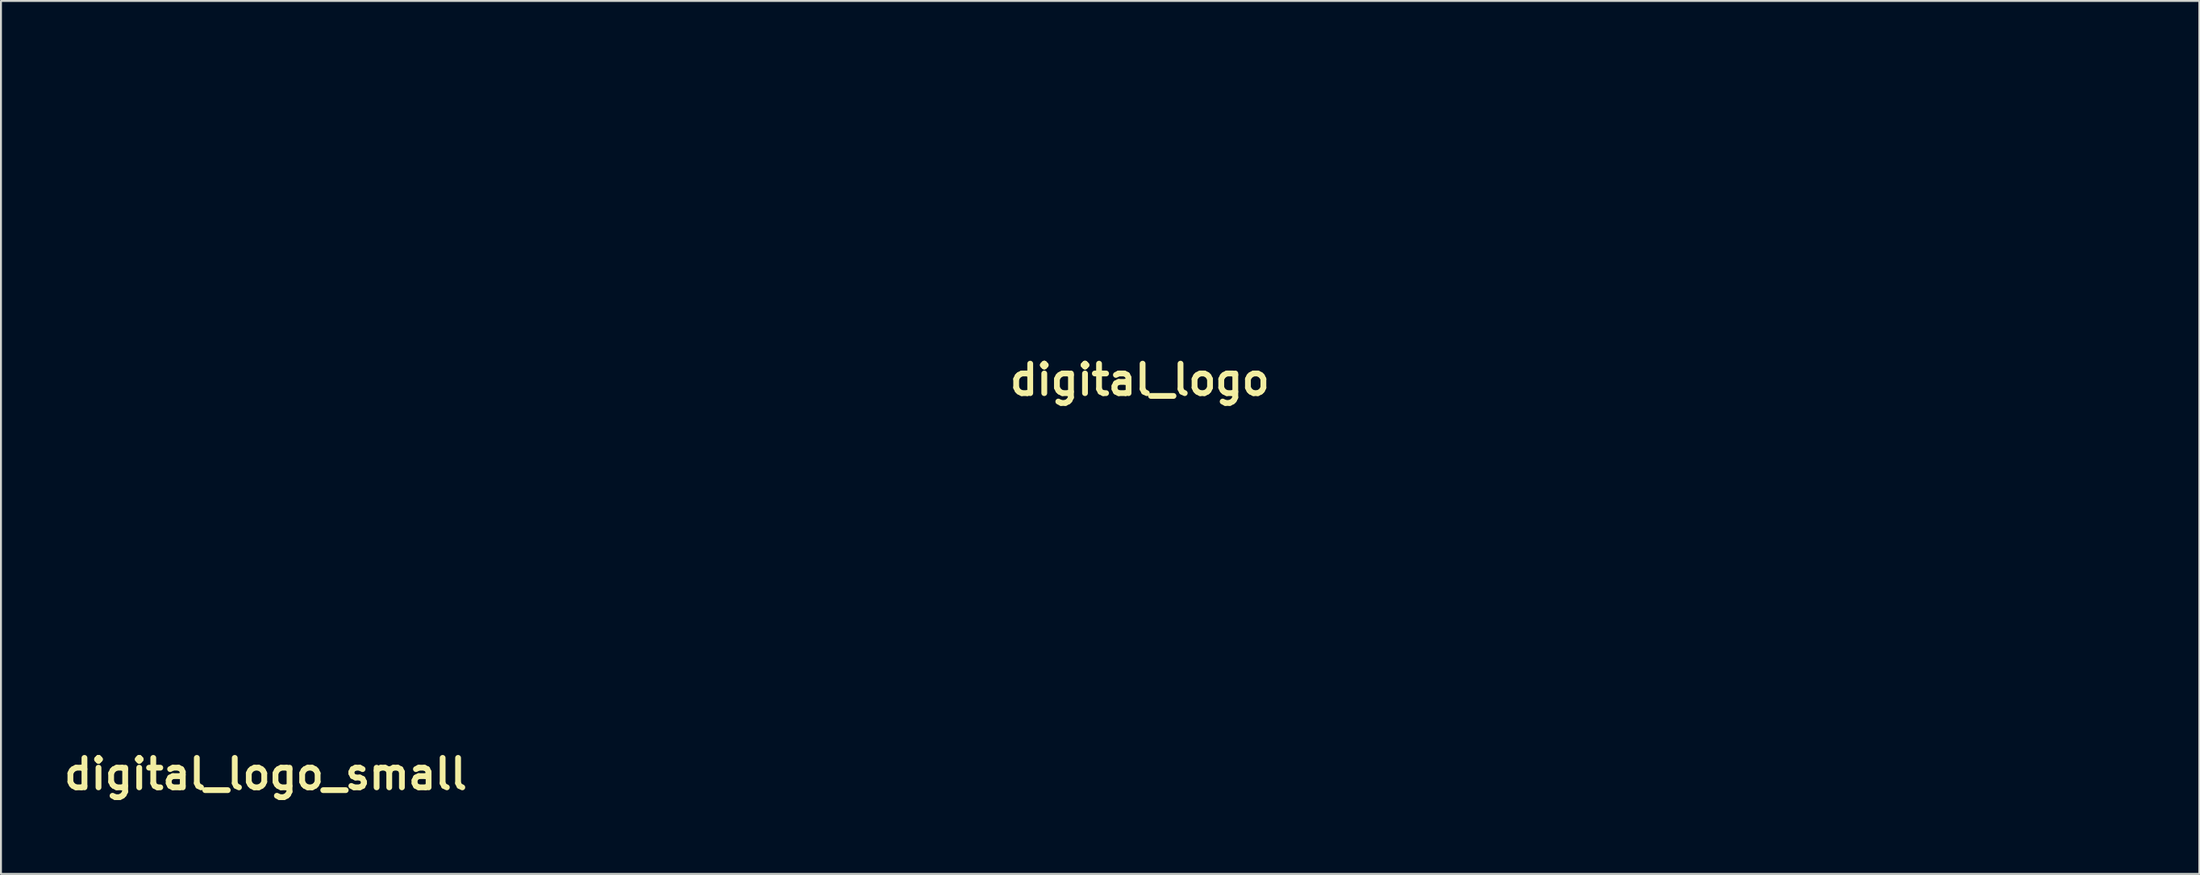
<source format=kicad_pcb>
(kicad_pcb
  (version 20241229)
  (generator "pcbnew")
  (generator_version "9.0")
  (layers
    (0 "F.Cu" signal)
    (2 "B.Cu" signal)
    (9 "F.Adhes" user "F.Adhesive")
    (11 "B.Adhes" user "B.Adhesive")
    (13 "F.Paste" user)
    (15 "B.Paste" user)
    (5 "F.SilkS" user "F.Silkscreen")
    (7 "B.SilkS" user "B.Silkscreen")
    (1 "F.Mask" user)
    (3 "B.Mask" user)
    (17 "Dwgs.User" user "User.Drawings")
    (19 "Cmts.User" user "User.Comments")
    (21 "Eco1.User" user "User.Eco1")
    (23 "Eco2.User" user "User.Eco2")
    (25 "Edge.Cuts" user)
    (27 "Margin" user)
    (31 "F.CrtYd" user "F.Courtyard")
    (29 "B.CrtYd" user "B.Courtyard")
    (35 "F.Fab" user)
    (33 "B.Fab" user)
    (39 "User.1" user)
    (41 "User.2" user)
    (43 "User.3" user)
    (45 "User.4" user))
  (footprint "digital_logo"
    (layer "F.Cu")
    (at 55.838 16.591)
    (property "Reference" "digital_logo" (at 0 0 0) (layer "F.SilkS") (effects (font (size 1.524 1.524) (thickness 0.3))))
    (attr through_hole)
    (fp_poly (pts (xy 44.985 -16.515) (xy 51.736 -16.443) (xy 51.736 15.106) (xy 44.985 15.178) (xy 38.234 15.249) (xy 38.234 -9.091) (xy 43.581 -9.091) (xy 43.581 8.823) (xy 46.255 8.823) (xy 46.255 -9.091) (xy 43.581 -9.091) (xy 38.234 -9.091) (xy 38.234 -16.586) (xy 44.985 -16.515)) (stroke (width 0.01) (type solid)) (fill no) (layer "Eco2.User"))
    (fp_poly (pts (xy 31.116 2.958) (xy 31.194 3.098) (xy 31.263 3.917) (xy 30.995 4.863) (xy 30.464 5.72) (xy 30.183 6) (xy 29.39 6.465) (xy 28.52 6.678) (xy 27.754 6.616) (xy 27.337 6.35) (xy 26.903 5.495) (xy 26.98 4.695) (xy 27.543 3.987) (xy 28.568 3.406) (xy 29.494 3.109) (xy 30.375 2.904) (xy 30.873 2.854) (xy 31.116 2.958)) (stroke (width 0.01) (type solid)) (fill no) (layer "Eco2.User"))
    (fp_poly (pts (xy -26.737 15.24) (xy -40.105 15.24) (xy -40.105 -3.743) (xy -34.758 -3.743) (xy -34.758 8.823) (xy -32.084 8.823) (xy -32.084 -3.743) (xy -34.758 -3.743) (xy -40.105 -3.743) (xy -40.105 -5.615) (xy -34.785 -5.615) (xy -32.058 -5.615) (xy -32.218 -8.689) (xy -34.624 -8.689) (xy -34.704 -7.152) (xy -34.785 -5.615) (xy -40.105 -5.615) (xy -40.105 -16.577) (xy -26.737 -16.577) (xy -26.737 15.24)) (stroke (width 0.01) (type solid)) (fill no) (layer "Eco2.User"))
    (fp_poly (pts (xy -2.072 -16.515) (xy 4.679 -16.443) (xy 4.679 15.106) (xy -2.072 15.178) (xy -8.823 15.249) (xy -8.823 -3.743) (xy -3.476 -3.743) (xy -3.476 8.823) (xy -0.535 8.823) (xy -0.535 -3.743) (xy -3.476 -3.743) (xy -8.823 -3.743) (xy -8.823 -5.615) (xy -3.502 -5.615) (xy -0.508 -5.615) (xy -0.588 -7.152) (xy -0.668 -8.689) (xy -3.342 -8.689) (xy -3.502 -5.615) (xy -8.823 -5.615) (xy -8.823 -16.586) (xy -2.072 -16.515)) (stroke (width 0.01) (type solid)) (fill no) (layer "Eco2.User"))
    (fp_poly (pts (xy -16.614 -0.862) (xy -16.33 -0.645) (xy -15.925 -0.276) (xy -15.681 0.085) (xy -15.557 0.581) (xy -15.513 1.357) (xy -15.507 2.25) (xy -15.524 3.372) (xy -15.594 4.1) (xy -15.749 4.572) (xy -16.019 4.929) (xy -16.122 5.029) (xy -17.11 5.645) (xy -18.174 5.747) (xy -19.17 5.37) (xy -19.915 4.614) (xy -20.373 3.549) (xy -20.536 2.321) (xy -20.394 1.077) (xy -19.94 -0.036) (xy -19.516 -0.578) (xy -18.592 -1.203) (xy -17.617 -1.298) (xy -16.614 -0.862)) (stroke (width 0.01) (type solid)) (fill no) (layer "Eco2.User"))
    (fp_poly (pts (xy -48.497 -1.272) (xy -47.553 -0.78) (xy -47.304 -0.555) (xy -46.925 -0.144) (xy -46.693 0.257) (xy -46.573 0.791) (xy -46.528 1.601) (xy -46.522 2.54) (xy -46.533 3.673) (xy -46.59 4.416) (xy -46.73 4.911) (xy -46.989 5.302) (xy -47.304 5.635) (xy -48.232 6.288) (xy -49.176 6.407) (xy -50.133 5.991) (xy -50.65 5.548) (xy -51.421 4.409) (xy -51.759 3.024) (xy -51.641 1.487) (xy -51.585 1.253) (xy -51.071 0.013) (xy -50.333 -0.843) (xy -49.449 -1.282) (xy -48.497 -1.272)) (stroke (width 0.01) (type solid)) (fill no) (layer "Eco2.User"))
    (fp_poly (pts (xy 20.32 15.24) (xy 6.952 15.24) (xy 6.952 -2.941) (xy 10.427 -2.941) (xy 10.464 -2.252) (xy 10.636 -1.946) (xy 11.038 -1.872) (xy 11.096 -1.872) (xy 11.764 -1.872) (xy 11.764 7.26) (xy 12.559 8.055) (xy 13.069 8.51) (xy 13.556 8.735) (xy 14.227 8.793) (xy 14.899 8.77) (xy 16.443 8.689) (xy 16.525 7.419) (xy 16.606 6.149) (xy 15.665 6.149) (xy 14.858 6.015) (xy 14.447 5.632) (xy 14.343 5.178) (xy 14.257 4.309) (xy 14.197 3.144) (xy 14.171 1.804) (xy 14.171 1.622) (xy 14.171 -1.872) (xy 16.309 -1.872) (xy 16.309 -4.011) (xy 14.171 -4.011) (xy 14.171 -8.556) (xy 11.764 -8.556) (xy 11.764 -6.283) (xy 11.758 -5.183) (xy 11.719 -4.511) (xy 11.616 -4.162) (xy 11.417 -4.031) (xy 11.096 -4.011) (xy 10.665 -3.952) (xy 10.474 -3.677) (xy 10.428 -3.034) (xy 10.427 -2.941) (xy 6.952 -2.941) (xy 6.952 -16.577) (xy 20.32 -16.577) (xy 20.32 15.24)) (stroke (width 0.01) (type solid)) (fill no) (layer "Eco2.User"))
    (fp_poly (pts (xy -42.378 15.106) (xy -49.002 15.178) (xy -51.157 15.195) (xy -52.829 15.194) (xy -54.07 15.171) (xy -54.931 15.126) (xy -55.463 15.056) (xy -55.719 14.958) (xy -55.755 14.91) (xy -55.778 14.588) (xy -55.797 13.779) (xy -55.812 12.532) (xy -55.823 10.895) (xy -55.83 8.918) (xy -55.833 6.647) (xy -55.831 4.132) (xy -55.829 3.16) (xy -54.43 3.16) (xy -54.158 4.839) (xy -53.534 6.517) (xy -52.641 7.838) (xy -51.54 8.766) (xy -50.287 9.267) (xy -48.942 9.305) (xy -47.564 8.845) (xy -47.521 8.823) (xy -46.916 8.554) (xy -46.561 8.502) (xy -46.522 8.555) (xy -46.28 8.702) (xy -45.657 8.799) (xy -45.052 8.823) (xy -43.581 8.823) (xy -43.581 -8.851) (xy -46.388 -8.689) (xy -46.465 -5.916) (xy -46.503 -4.681) (xy -46.548 -3.901) (xy -46.622 -3.497) (xy -46.744 -3.391) (xy -46.935 -3.502) (xy -47.064 -3.616) (xy -47.878 -4.045) (xy -48.973 -4.225) (xy -50.152 -4.147) (xy -51.218 -3.802) (xy -51.221 -3.801) (xy -52.23 -3.185) (xy -52.951 -2.449) (xy -53.547 -1.414) (xy -53.708 -1.06) (xy -54.324 1.002) (xy -54.43 3.16) (xy -55.829 3.16) (xy -55.825 1.421) (xy -55.816 -0.936) (xy -55.746 -16.443) (xy -42.378 -16.443) (xy -42.378 15.106)) (stroke (width 0.01) (type solid)) (fill no) (layer "Eco2.User"))
    (fp_poly (pts (xy 36.099 15.24) (xy 29.404 15.24) (xy 27.216 15.234) (xy 25.513 15.213) (xy 24.249 15.175) (xy 23.375 15.118) (xy 22.842 15.039) (xy 22.602 14.937) (xy 22.582 14.906) (xy 22.56 14.584) (xy 22.541 13.776) (xy 22.526 12.53) (xy 22.515 10.894) (xy 22.508 8.917) (xy 22.506 6.647) (xy 22.506 5.978) (xy 24.272 5.978) (xy 24.615 7.164) (xy 25.042 7.81) (xy 26.085 8.602) (xy 27.371 9.005) (xy 28.753 8.996) (xy 30.022 8.585) (xy 30.663 8.295) (xy 30.958 8.281) (xy 31.015 8.451) (xy 31.186 8.686) (xy 31.753 8.802) (xy 32.418 8.823) (xy 33.822 8.824) (xy 33.739 3.565) (xy 33.696 1.514) (xy 33.628 -0.073) (xy 33.518 -1.263) (xy 33.348 -2.128) (xy 33.102 -2.736) (xy 32.761 -3.157) (xy 32.309 -3.461) (xy 31.941 -3.631) (xy 30.874 -3.906) (xy 29.567 -4.005) (xy 28.238 -3.931) (xy 27.11 -3.688) (xy 26.76 -3.542) (xy 25.875 -2.833) (xy 25.203 -1.817) (xy 24.877 -0.709) (xy 24.865 -0.472) (xy 24.914 0.003) (xy 25.163 0.214) (xy 25.763 0.267) (xy 25.931 0.267) (xy 26.651 0.215) (xy 27.056 -0.033) (xy 27.365 -0.612) (xy 27.373 -0.632) (xy 27.913 -1.373) (xy 28.675 -1.763) (xy 29.525 -1.825) (xy 30.329 -1.579) (xy 30.955 -1.046) (xy 31.268 -0.248) (xy 31.282 -0.015) (xy 31.145 0.176) (xy 30.693 0.41) (xy 29.867 0.713) (xy 28.607 1.107) (xy 27.919 1.309) (xy 26.871 1.674) (xy 25.941 2.103) (xy 25.331 2.503) (xy 25.33 2.504) (xy 24.639 3.476) (xy 24.283 4.692) (xy 24.272 5.978) (xy 22.506 5.978) (xy 22.508 4.132) (xy 22.514 1.422) (xy 22.523 -0.936) (xy 22.593 -16.443) (xy 35.961 -16.443) (xy 36.099 15.24)) (stroke (width 0.01) (type solid)) (fill no) (layer "Eco2.User"))
    (fp_poly (pts (xy -10.962 15.24) (xy -17.655 15.24) (xy -19.843 15.234) (xy -21.545 15.213) (xy -22.809 15.175) (xy -23.683 15.118) (xy -24.215 15.039) (xy -24.455 14.937) (xy -24.475 14.906) (xy -24.497 14.584) (xy -24.516 13.776) (xy -24.531 12.53) (xy -24.542 10.894) (xy -24.549 8.917) (xy -24.551 6.647) (xy -24.549 4.132) (xy -24.545 2.245) (xy -23.081 2.245) (xy -22.913 4.156) (xy -22.346 5.719) (xy -21.373 6.944) (xy -20.865 7.346) (xy -19.472 8.049) (xy -18.094 8.225) (xy -16.751 7.871) (xy -16.589 7.792) (xy -15.507 7.228) (xy -15.507 8.003) (xy -15.612 8.978) (xy -15.988 9.62) (xy -16.596 10.036) (xy -17.509 10.338) (xy -18.42 10.366) (xy -19.191 10.151) (xy -19.682 9.722) (xy -19.785 9.339) (xy -20.027 9.203) (xy -20.651 9.113) (xy -21.256 9.091) (xy -22.166 9.126) (xy -22.611 9.297) (xy -22.657 9.697) (xy -22.372 10.423) (xy -22.303 10.571) (xy -21.547 11.564) (xy -20.395 12.206) (xy -18.857 12.493) (xy -17.746 12.492) (xy -16.322 12.328) (xy -15.274 12.002) (xy -14.9 11.802) (xy -14.34 11.443) (xy -13.9 11.095) (xy -13.565 10.691) (xy -13.319 10.162) (xy -13.147 9.443) (xy -13.033 8.466) (xy -12.962 7.164) (xy -12.919 5.47) (xy -12.888 3.316) (xy -12.884 3.008) (xy -12.8 -3.743) (xy -14.029 -3.743) (xy -14.951 -3.657) (xy -15.386 -3.397) (xy -15.406 -3.354) (xy -15.576 -3.144) (xy -15.921 -3.192) (xy -16.53 -3.488) (xy -17.523 -3.905) (xy -18.439 -3.974) (xy -19.532 -3.711) (xy -19.545 -3.707) (xy -20.907 -2.983) (xy -21.96 -1.848) (xy -22.68 -0.343) (xy -23.043 1.488) (xy -23.081 2.245) (xy -24.545 2.245) (xy -24.543 1.422) (xy -24.534 -0.936) (xy -24.464 -16.443) (xy -10.962 -16.586) (xy -10.962 15.24)) (stroke (width 0.01) (type solid)) (fill no) (layer "Eco2.User")))
  (footprint "digital_logo_small"
    (layer "F.Cu")
    (at 10.675 36.977)
    (property "Reference" "digital_logo_small" (at 0 0 0) (layer "F.SilkS") (effects (font (size 1.524 1.524) (thickness 0.3))))
    (attr through_hole)
    (fp_poly (pts (xy 6.887 -2.117) (xy 7.874 -2.108) (xy 7.874 2.144) (xy 6.887 2.153) (xy 5.901 2.163) (xy 5.901 -1.117) (xy 6.682 -1.117) (xy 6.682 1.297) (xy 7.073 1.297) (xy 7.073 -1.117) (xy 6.682 -1.117) (xy 5.901 -1.117) (xy 5.901 -2.127) (xy 6.887 -2.117)) (stroke (width 0.01) (type solid)) (fill yes) (layer "F.Mask"))
    (fp_poly (pts (xy 4.86 0.507) (xy 4.872 0.526) (xy 4.882 0.636) (xy 4.843 0.763) (xy 4.765 0.879) (xy 4.724 0.917) (xy 4.608 0.979) (xy 4.481 1.008) (xy 4.369 1) (xy 4.308 0.964) (xy 4.245 0.849) (xy 4.256 0.741) (xy 4.338 0.645) (xy 4.488 0.567) (xy 4.623 0.527) (xy 4.752 0.499) (xy 4.825 0.493) (xy 4.86 0.507)) (stroke (width 0.01) (type solid)) (fill yes) (layer "F.Mask"))
    (fp_poly (pts (xy -3.595 2.162) (xy -5.549 2.162) (xy -5.549 -0.396) (xy -4.767 -0.396) (xy -4.767 1.297) (xy -4.377 1.297) (xy -4.377 -0.396) (xy -4.767 -0.396) (xy -5.549 -0.396) (xy -5.549 -0.649) (xy -4.771 -0.649) (xy -4.373 -0.649) (xy -4.384 -0.856) (xy -4.396 -1.063) (xy -4.748 -1.063) (xy -4.76 -0.856) (xy -4.771 -0.649) (xy -5.549 -0.649) (xy -5.549 -2.126) (xy -3.595 -2.126) (xy -3.595 2.162)) (stroke (width 0.01) (type solid)) (fill yes) (layer "F.Mask"))
    (fp_poly (pts (xy 0.996 -2.108) (xy 0.996 2.144) (xy -0.977 2.163) (xy -0.977 -0.396) (xy -0.195 -0.396) (xy -0.195 1.297) (xy 0.234 1.297) (xy 0.234 -0.396) (xy -0.195 -0.396) (xy -0.977 -0.396) (xy -0.977 -0.649) (xy -0.199 -0.649) (xy 0.238 -0.649) (xy 0.227 -0.856) (xy 0.215 -1.063) (xy -0.176 -1.063) (xy -0.188 -0.856) (xy -0.199 -0.649) (xy -0.977 -0.649) (xy -0.977 -2.127) (xy 0.996 -2.108)) (stroke (width 0.01) (type solid)) (fill yes) (layer "F.Mask"))
    (fp_poly (pts (xy -2.116 -0.008) (xy -2.074 0.021) (xy -2.015 0.071) (xy -1.979 0.12) (xy -1.961 0.186) (xy -1.955 0.291) (xy -1.954 0.411) (xy -1.956 0.562) (xy -1.967 0.661) (xy -1.989 0.724) (xy -2.029 0.772) (xy -2.044 0.786) (xy -2.188 0.869) (xy -2.344 0.882) (xy -2.489 0.832) (xy -2.598 0.73) (xy -2.665 0.586) (xy -2.689 0.421) (xy -2.668 0.253) (xy -2.602 0.103) (xy -2.54 0.03) (xy -2.405 -0.054) (xy -2.262 -0.067) (xy -2.116 -0.008)) (stroke (width 0.01) (type solid)) (fill yes) (layer "F.Mask"))
    (fp_poly (pts (xy -6.775 -0.063) (xy -6.637 0.003) (xy -6.601 0.033) (xy -6.546 0.089) (xy -6.512 0.143) (xy -6.494 0.215) (xy -6.488 0.324) (xy -6.487 0.45) (xy -6.488 0.603) (xy -6.497 0.703) (xy -6.517 0.77) (xy -6.555 0.823) (xy -6.601 0.867) (xy -6.737 0.955) (xy -6.875 0.971) (xy -7.014 0.915) (xy -7.09 0.856) (xy -7.203 0.702) (xy -7.252 0.516) (xy -7.235 0.308) (xy -7.227 0.277) (xy -7.152 0.11) (xy -7.044 -0.005) (xy -6.915 -0.065) (xy -6.775 -0.063)) (stroke (width 0.01) (type solid)) (fill yes) (layer "F.Mask"))
    (fp_poly (pts (xy 3.282 2.162) (xy 1.329 2.162) (xy 1.329 -0.288) (xy 1.837 -0.288) (xy 1.842 -0.195) (xy 1.867 -0.154) (xy 1.926 -0.144) (xy 1.934 -0.144) (xy 2.032 -0.144) (xy 2.032 1.086) (xy 2.148 1.194) (xy 2.223 1.255) (xy 2.294 1.285) (xy 2.392 1.293) (xy 2.49 1.29) (xy 2.716 1.279) (xy 2.728 1.108) (xy 2.74 0.937) (xy 2.602 0.937) (xy 2.484 0.919) (xy 2.424 0.867) (xy 2.409 0.806) (xy 2.396 0.689) (xy 2.387 0.532) (xy 2.384 0.351) (xy 2.384 0.327) (xy 2.384 -0.144) (xy 2.696 -0.144) (xy 2.696 -0.432) (xy 2.384 -0.432) (xy 2.384 -1.045) (xy 2.032 -1.045) (xy 2.032 -0.739) (xy 2.031 -0.59) (xy 2.025 -0.5) (xy 2.01 -0.453) (xy 1.981 -0.435) (xy 1.934 -0.432) (xy 1.871 -0.424) (xy 1.843 -0.387) (xy 1.837 -0.301) (xy 1.837 -0.288) (xy 1.329 -0.288) (xy 1.329 -2.126) (xy 3.282 -2.126) (xy 3.282 2.162)) (stroke (width 0.01) (type solid)) (fill yes) (layer "F.Mask"))
    (fp_poly (pts (xy -5.871 0.027) (xy -5.861 2.162) (xy -6.839 2.162) (xy -7.159 2.161) (xy -7.408 2.158) (xy -7.593 2.153) (xy -7.721 2.145) (xy -7.799 2.135) (xy -7.834 2.121) (xy -7.837 2.117) (xy -7.84 2.073) (xy -7.842 1.964) (xy -7.845 1.796) (xy -7.846 1.576) (xy -7.847 1.31) (xy -7.848 1.004) (xy -7.847 0.665) (xy -7.847 0.359) (xy -7.634 0.359) (xy -7.629 0.607) (xy -7.577 0.844) (xy -7.478 1.051) (xy -7.414 1.135) (xy -7.245 1.277) (xy -7.053 1.353) (xy -6.85 1.363) (xy -6.645 1.303) (xy -6.633 1.297) (xy -6.544 1.261) (xy -6.492 1.254) (xy -6.487 1.261) (xy -6.451 1.281) (xy -6.36 1.294) (xy -6.272 1.297) (xy -6.057 1.297) (xy -6.057 -1.085) (xy -6.262 -1.074) (xy -6.467 -1.063) (xy -6.478 -0.689) (xy -6.484 -0.523) (xy -6.491 -0.418) (xy -6.502 -0.364) (xy -6.52 -0.349) (xy -6.547 -0.364) (xy -6.563 -0.377) (xy -6.69 -0.439) (xy -6.856 -0.459) (xy -7.037 -0.44) (xy -7.212 -0.386) (xy -7.356 -0.298) (xy -7.378 -0.278) (xy -7.508 -0.101) (xy -7.594 0.117) (xy -7.634 0.359) (xy -7.847 0.359) (xy -7.846 0.3) (xy -7.845 -0.018) (xy -7.835 -2.108) (xy -5.881 -2.108) (xy -5.871 0.027)) (stroke (width 0.01) (type solid)) (fill yes) (layer "F.Mask"))
    (fp_poly (pts (xy -1.29 2.162) (xy -2.268 2.162) (xy -2.588 2.161) (xy -2.836 2.158) (xy -3.021 2.153) (xy -3.149 2.145) (xy -3.227 2.135) (xy -3.262 2.121) (xy -3.265 2.117) (xy -3.268 2.073) (xy -3.27 1.964) (xy -3.273 1.796) (xy -3.274 1.576) (xy -3.275 1.31) (xy -3.276 1.004) (xy -3.275 0.665) (xy -3.275 0.486) (xy -3.064 0.486) (xy -3.023 0.7) (xy -2.938 0.887) (xy -2.815 1.039) (xy -2.662 1.15) (xy -2.488 1.211) (xy -2.3 1.216) (xy -2.112 1.158) (xy -1.954 1.082) (xy -1.954 1.187) (xy -1.969 1.318) (xy -2.024 1.404) (xy -2.113 1.46) (xy -2.246 1.501) (xy -2.38 1.505) (xy -2.492 1.476) (xy -2.564 1.418) (xy -2.579 1.367) (xy -2.614 1.348) (xy -2.706 1.336) (xy -2.794 1.333) (xy -2.927 1.338) (xy -2.992 1.361) (xy -2.999 1.415) (xy -2.957 1.513) (xy -2.947 1.533) (xy -2.837 1.666) (xy -2.668 1.753) (xy -2.443 1.792) (xy -2.281 1.791) (xy -2.073 1.769) (xy -1.92 1.725) (xy -1.865 1.698) (xy -1.783 1.65) (xy -1.719 1.603) (xy -1.67 1.549) (xy -1.634 1.477) (xy -1.609 1.381) (xy -1.592 1.249) (xy -1.582 1.073) (xy -1.576 0.845) (xy -1.571 0.555) (xy -1.57 0.513) (xy -1.558 -0.396) (xy -1.738 -0.396) (xy -1.873 -0.385) (xy -1.936 -0.35) (xy -1.939 -0.344) (xy -1.964 -0.316) (xy -2.014 -0.322) (xy -2.103 -0.362) (xy -2.256 -0.419) (xy -2.398 -0.425) (xy -2.562 -0.38) (xy -2.57 -0.377) (xy -2.763 -0.276) (xy -2.903 -0.138) (xy -2.999 0.047) (xy -3.051 0.254) (xy -3.064 0.486) (xy -3.275 0.486) (xy -3.274 0.3) (xy -3.273 -0.018) (xy -3.263 -2.108) (xy -1.29 -2.127) (xy -1.29 2.162)) (stroke (width 0.01) (type solid)) (fill yes) (layer "F.Mask"))
    (fp_poly (pts (xy 5.579 0.027) (xy 5.589 2.162) (xy 4.61 2.162) (xy 4.29 2.161) (xy 4.041 2.158) (xy 3.857 2.153) (xy 3.729 2.145) (xy 3.651 2.135) (xy 3.616 2.121) (xy 3.613 2.117) (xy 3.61 2.073) (xy 3.607 1.964) (xy 3.605 1.796) (xy 3.603 1.576) (xy 3.602 1.31) (xy 3.602 1.004) (xy 3.602 0.855) (xy 3.859 0.855) (xy 3.896 1.028) (xy 3.993 1.168) (xy 4.134 1.269) (xy 4.308 1.323) (xy 4.5 1.325) (xy 4.697 1.267) (xy 4.701 1.265) (xy 4.794 1.226) (xy 4.837 1.224) (xy 4.846 1.247) (xy 4.871 1.279) (xy 4.953 1.294) (xy 5.051 1.297) (xy 5.256 1.297) (xy 5.244 0.588) (xy 5.237 0.312) (xy 5.227 0.098) (xy 5.211 -0.062) (xy 5.187 -0.179) (xy 5.151 -0.261) (xy 5.101 -0.317) (xy 5.035 -0.358) (xy 4.981 -0.381) (xy 4.825 -0.418) (xy 4.634 -0.432) (xy 4.44 -0.422) (xy 4.275 -0.389) (xy 4.224 -0.369) (xy 4.094 -0.274) (xy 3.996 -0.137) (xy 3.949 0.013) (xy 3.947 0.044) (xy 3.954 0.109) (xy 3.99 0.137) (xy 4.078 0.144) (xy 4.103 0.144) (xy 4.208 0.137) (xy 4.267 0.104) (xy 4.312 0.025) (xy 4.315 0.02) (xy 4.375 -0.073) (xy 4.464 -0.119) (xy 4.501 -0.126) (xy 4.66 -0.13) (xy 4.783 -0.085) (xy 4.856 0.002) (xy 4.862 0.021) (xy 4.872 0.101) (xy 4.857 0.146) (xy 4.807 0.167) (xy 4.701 0.2) (xy 4.56 0.239) (xy 4.514 0.251) (xy 4.264 0.324) (xy 4.082 0.404) (xy 3.96 0.499) (xy 3.89 0.619) (xy 3.861 0.771) (xy 3.859 0.855) (xy 3.602 0.855) (xy 3.602 0.665) (xy 3.603 0.3) (xy 3.604 -0.018) (xy 3.615 -2.108) (xy 5.568 -2.108) (xy 5.579 0.027)) (stroke (width 0.01) (type solid)) (fill yes) (layer "F.Mask")))
  (gr_rect
    (start -3 -3)
    (end 110.579 42.145)
    (stroke (width 0.1) (type default))
    (fill no)
    (layer "Edge.Cuts")))
</source>
